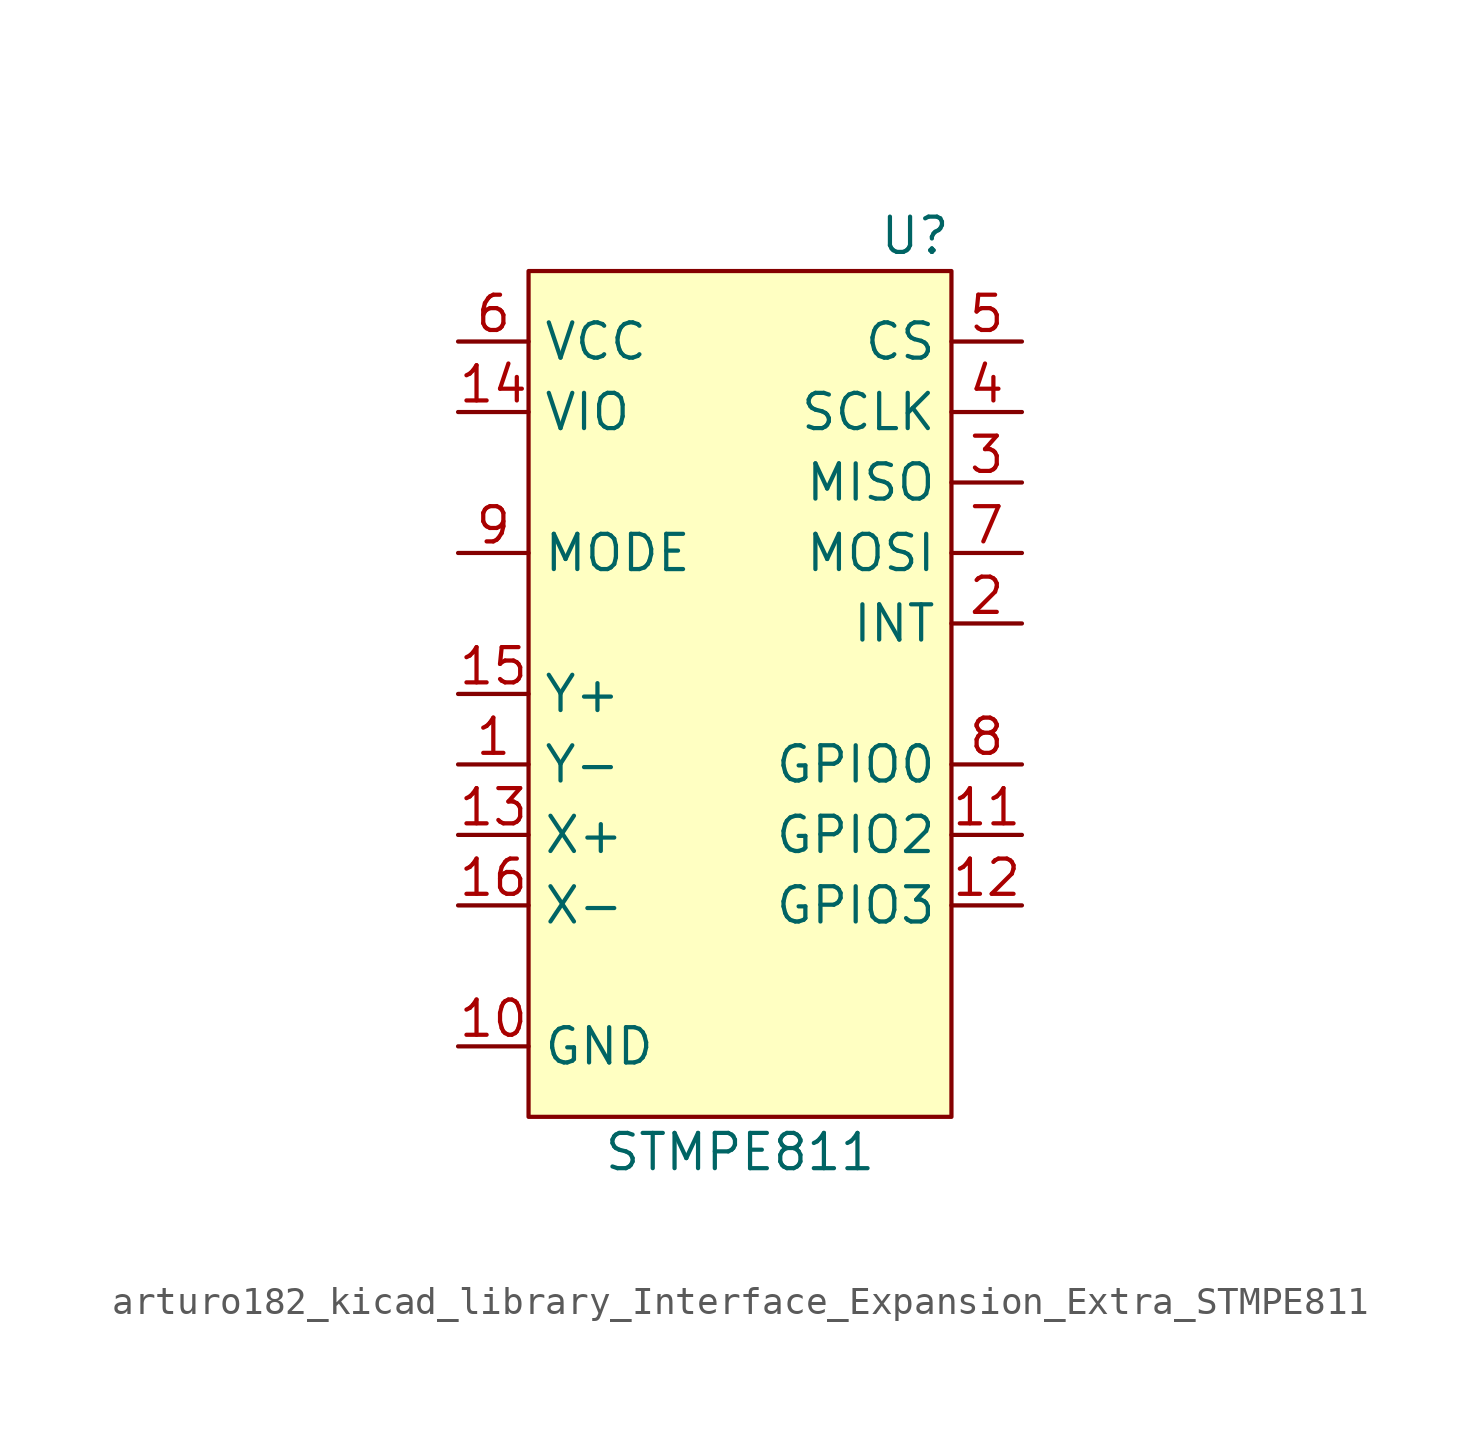
<source format=kicad_sym>
(kicad_symbol_lib
  (version 20220914)
  (generator kicad_symbol_editor)
  (symbol "Interface_Expansion_Extra:arturo182_kicad_library_Interface_Expansion_Extra_STMPE811"
    (property "Reference" "U"
      (at 7.62 16.51 0)
      (effects (font (size 1.27 1.27)) (justify right)))
    (property "Value" "STMPE811"
      (at 0 -16.51 0)
      (effects (font (size 1.27 1.27))))
    (symbol "arturo182_kicad_library_Interface_Expansion_Extra_STMPE811_0_1"
      (rectangle (start -7.62 15.24) (end 7.62 -15.24) (stroke (width 0)) (fill (type background))))
    (symbol "arturo182_kicad_library_Interface_Expansion_Extra_STMPE811_1_1"
      (pin input line (at -10.16 -2.54 0) (length 2.54) (name "Y-" (effects (font (size 1.27 1.27)))) (number "1" (effects (font (size 1.27 1.27)))))
      (pin power_in line (at -10.16 -12.7 0) (length 2.54) (name "GND" (effects (font (size 1.27 1.27)))) (number "10" (effects (font (size 1.27 1.27)))))
      (pin bidirectional line (at 10.16 -5.08 180) (length 2.54) (name "GPIO2" (effects (font (size 1.27 1.27)))) (number "11" (effects (font (size 1.27 1.27)))))
      (pin bidirectional line (at 10.16 -7.62 180) (length 2.54) (name "GPIO3" (effects (font (size 1.27 1.27)))) (number "12" (effects (font (size 1.27 1.27)))))
      (pin input line (at -10.16 -5.08 0) (length 2.54) (name "X+" (effects (font (size 1.27 1.27)))) (number "13" (effects (font (size 1.27 1.27)))))
      (pin power_in line (at -10.16 10.16 0) (length 2.54) (name "VIO" (effects (font (size 1.27 1.27)))) (number "14" (effects (font (size 1.27 1.27)))))
      (pin input line (at -10.16 0 0) (length 2.54) (name "Y+" (effects (font (size 1.27 1.27)))) (number "15" (effects (font (size 1.27 1.27)))))
      (pin input line (at -10.16 -7.62 0) (length 2.54) (name "X-" (effects (font (size 1.27 1.27)))) (number "16" (effects (font (size 1.27 1.27)))))
      (pin output line (at 10.16 2.54 180) (length 2.54) (name "INT" (effects (font (size 1.27 1.27)))) (number "2" (effects (font (size 1.27 1.27)))))
      (pin bidirectional line (at 10.16 7.62 180) (length 2.54) (name "MISO" (effects (font (size 1.27 1.27)))) (number "3" (effects (font (size 1.27 1.27)))))
      (pin input line (at 10.16 10.16 180) (length 2.54) (name "SCLK" (effects (font (size 1.27 1.27)))) (number "4" (effects (font (size 1.27 1.27)))))
      (pin input line (at 10.16 12.7 180) (length 2.54) (name "CS" (effects (font (size 1.27 1.27)))) (number "5" (effects (font (size 1.27 1.27)))))
      (pin power_in line (at -10.16 12.7 0) (length 2.54) (name "VCC" (effects (font (size 1.27 1.27)))) (number "6" (effects (font (size 1.27 1.27)))))
      (pin input line (at 10.16 5.08 180) (length 2.54) (name "MOSI" (effects (font (size 1.27 1.27)))) (number "7" (effects (font (size 1.27 1.27)))))
      (pin bidirectional line (at 10.16 -2.54 180) (length 2.54) (name "GPIO0" (effects (font (size 1.27 1.27)))) (number "8" (effects (font (size 1.27 1.27)))))
      (pin input line (at -10.16 5.08 0) (length 2.54) (name "MODE" (effects (font (size 1.27 1.27)))) (number "9" (effects (font (size 1.27 1.27))))))))
</source>
